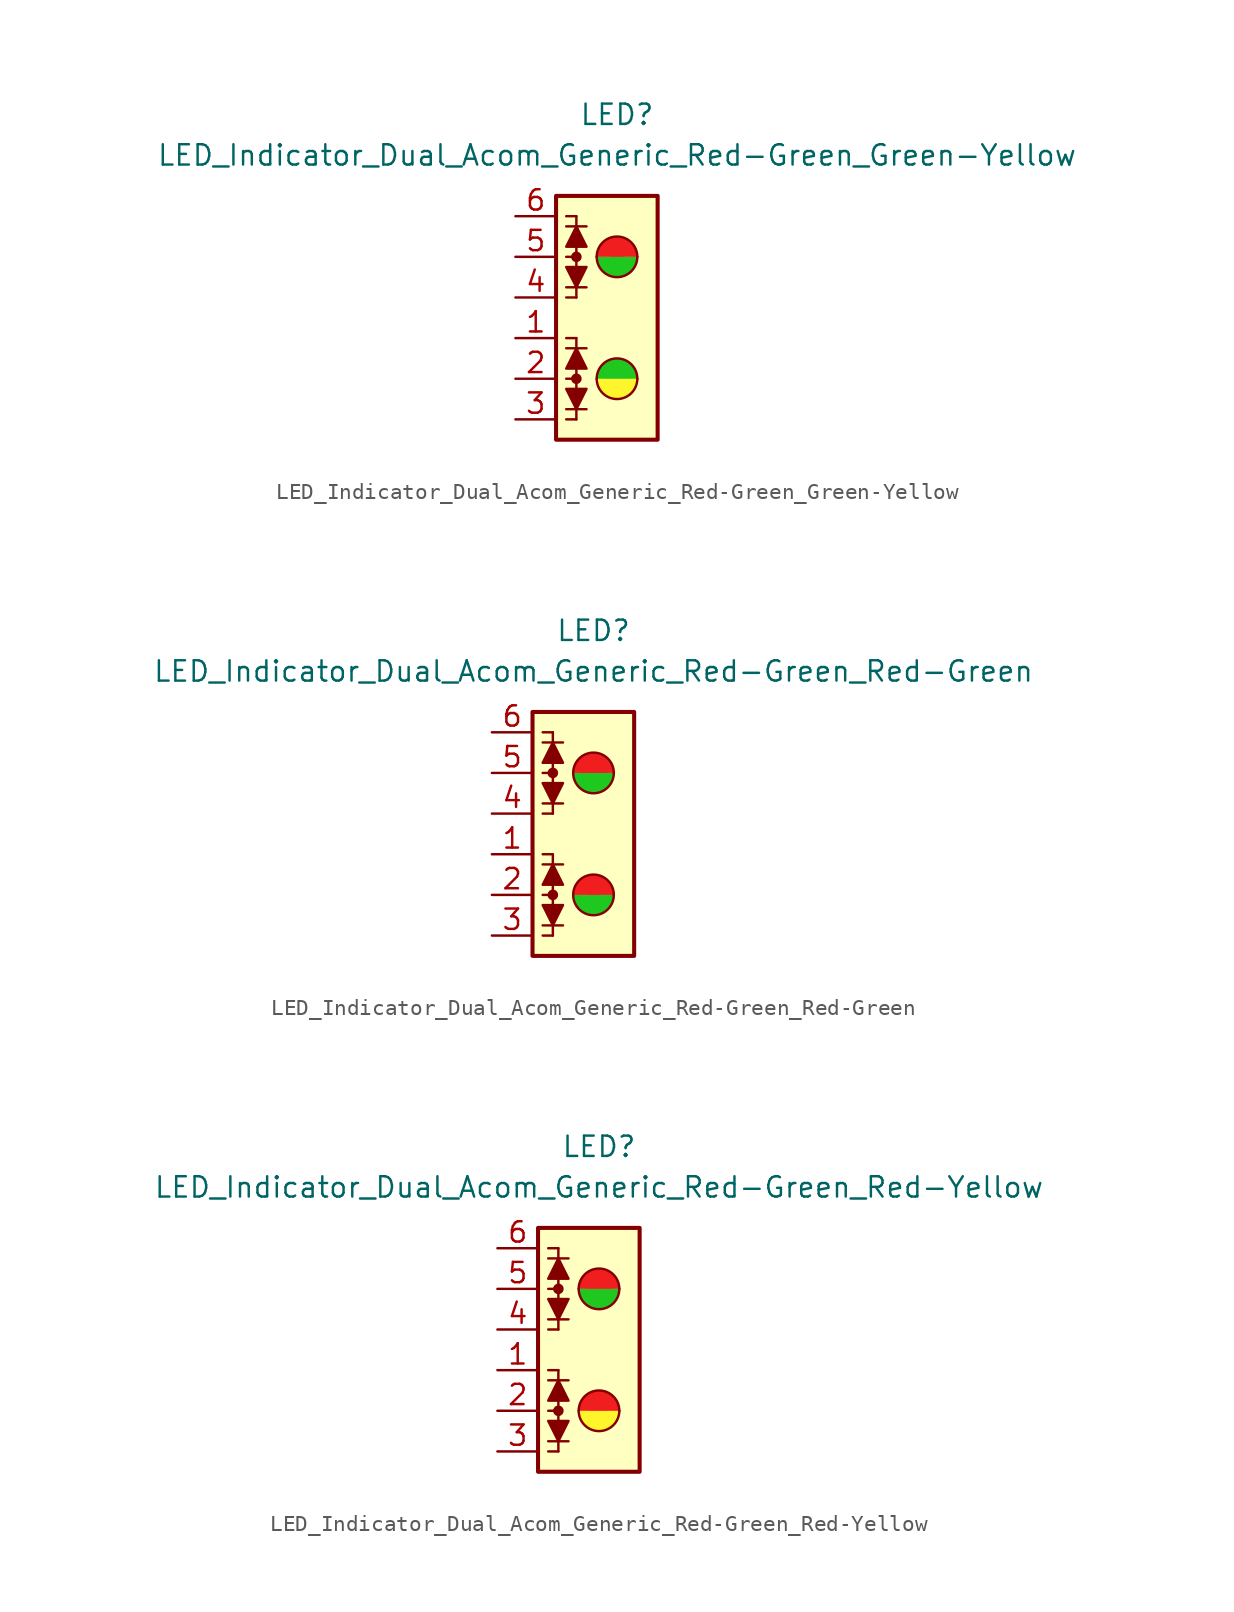
<source format=kicad_sym>
(kicad_symbol_lib
  (version 20231120)
  (generator "kicad_symbol_editor")
  (generator_version "8.0")
  (symbol "LED_Indicator_Dual_Acom_Generic_Red-Green_Green-Yellow"
    (pin_names
      (offset 1.016) hide)
    (property "Reference" "LED"
      (at 0 12.7 0)
      (effects (font (size 1.27 1.27))))
    (property "Value" "LED_Indicator_Dual_Acom_Generic_Red-Green_Green-Yellow"
      (at 0 10.16 0)
      (effects (font (size 1.27 1.27))))
    (symbol "LED_Indicator_Dual_Acom_Generic_Red-Green_Green-Yellow_0_1"
      (rectangle (start -3.81 7.62) (end 2.54 -7.62) (stroke (width 0.254) (type default)) (fill (type background)))
      (circle (center -2.54 -3.81) (radius 0.254) (stroke (width 0) (type default)) (fill (type outline)))
      (circle (center -2.54 3.81) (radius 0.254) (stroke (width 0) (type default)) (fill (type outline)))
      (arc (start -1.27 -3.81) (mid 0 -5.0745) (end 1.27 -3.81) (stroke (width 0) (type default)) (fill (type color) (color 255 245 45 1)))
      (arc (start -1.27 3.81) (mid 0 2.5455) (end 1.27 3.81) (stroke (width 0) (type default)) (fill (type color) (color 30 200 30 1)))
      (polyline (pts (xy -3.175 -5.715) (xy -1.905 -5.715)) (stroke (width 0) (type default)) (fill (type none)))
      (polyline (pts (xy -3.175 1.905) (xy -1.905 1.905)) (stroke (width 0) (type default)) (fill (type none)))
      (polyline (pts (xy -2.54 -6.35) (xy -3.175 -6.35)) (stroke (width 0) (type default)) (fill (type none)))
      (polyline (pts (xy -2.54 -6.35) (xy -2.54 -3.81)) (stroke (width 0) (type default)) (fill (type none)))
      (polyline (pts (xy -2.54 -3.81) (xy -3.175 -3.81)) (stroke (width 0) (type default)) (fill (type none)))
      (polyline (pts (xy -2.54 -1.27) (xy -3.175 -1.27)) (stroke (width 0) (type default)) (fill (type none)))
      (polyline (pts (xy -2.54 -1.27) (xy -2.54 -3.81)) (stroke (width 0) (type default)) (fill (type none)))
      (polyline (pts (xy -2.54 1.27) (xy -3.175 1.27)) (stroke (width 0) (type default)) (fill (type none)))
      (polyline (pts (xy -2.54 1.27) (xy -2.54 3.81)) (stroke (width 0) (type default)) (fill (type none)))
      (polyline (pts (xy -2.54 3.81) (xy -3.175 3.81)) (stroke (width 0) (type default)) (fill (type none)))
      (polyline (pts (xy -2.54 6.35) (xy -3.175 6.35)) (stroke (width 0) (type default)) (fill (type none)))
      (polyline (pts (xy -2.54 6.35) (xy -2.54 3.81)) (stroke (width 0) (type default)) (fill (type none)))
      (polyline (pts (xy -1.905 -1.905) (xy -3.175 -1.905)) (stroke (width 0) (type default)) (fill (type none)))
      (polyline (pts (xy -1.905 5.715) (xy -3.175 5.715)) (stroke (width 0) (type default)) (fill (type none)))
      (polyline (pts (xy -2.54 -5.715) (xy -3.175 -4.445) (xy -1.905 -4.445) (xy -2.54 -5.715)) (stroke (width 0) (type default)) (fill (type outline)))
      (polyline (pts (xy -2.54 -1.905) (xy -1.905 -3.175) (xy -3.175 -3.175) (xy -2.54 -1.905)) (stroke (width 0) (type default)) (fill (type outline)))
      (polyline (pts (xy -2.54 1.905) (xy -3.175 3.175) (xy -1.905 3.175) (xy -2.54 1.905)) (stroke (width 0) (type default)) (fill (type outline)))
      (polyline (pts (xy -2.54 5.715) (xy -1.905 4.445) (xy -3.175 4.445) (xy -2.54 5.715)) (stroke (width 0) (type default)) (fill (type outline)))
      (arc (start 1.27 -3.81) (mid 0 -2.5455) (end -1.27 -3.81) (stroke (width 0) (type default)) (fill (type color) (color 30 200 30 1)))
      (arc (start 1.27 3.81) (mid 0 5.0745) (end -1.27 3.81) (stroke (width 0) (type default)) (fill (type color) (color 240 30 30 1))))
    (symbol "LED_Indicator_Dual_Acom_Generic_Red-Green_Green-Yellow_1_1"
      (pin passive line (at -6.35 -1.27 0) (length 2.54) (name "K1" (effects (font (size 1.27 1.27)))) (number "1" (effects (font (size 1.27 1.27)))))
      (pin passive line (at -6.35 -3.81 0) (length 2.54) (name "A12" (effects (font (size 1.27 1.27)))) (number "2" (effects (font (size 1.27 1.27)))))
      (pin passive line (at -6.35 -6.35 0) (length 2.54) (name "K2" (effects (font (size 1.27 1.27)))) (number "3" (effects (font (size 1.27 1.27)))))
      (pin passive line (at -6.35 1.27 0) (length 2.54) (name "K4" (effects (font (size 1.27 1.27)))) (number "4" (effects (font (size 1.27 1.27)))))
      (pin passive line (at -6.35 3.81 0) (length 2.54) (name "A34" (effects (font (size 1.27 1.27)))) (number "5" (effects (font (size 1.27 1.27)))))
      (pin passive line (at -6.35 6.35 0) (length 2.54) (name "K3" (effects (font (size 1.27 1.27)))) (number "6" (effects (font (size 1.27 1.27)))))))
  (symbol "LED_Indicator_Dual_Acom_Generic_Red-Green_Red-Green"
    (pin_names
      (offset 1.016) hide)
    (property "Reference" "LED"
      (at 0 12.7 0)
      (effects (font (size 1.27 1.27))))
    (property "Value" "LED_Indicator_Dual_Acom_Generic_Red-Green_Red-Green"
      (at 0 10.16 0)
      (effects (font (size 1.27 1.27))))
    (symbol "LED_Indicator_Dual_Acom_Generic_Red-Green_Red-Green_0_1"
      (rectangle (start -3.81 7.62) (end 2.54 -7.62) (stroke (width 0.254) (type default)) (fill (type background)))
      (circle (center -2.54 -3.81) (radius 0.254) (stroke (width 0) (type default)) (fill (type outline)))
      (circle (center -2.54 3.81) (radius 0.254) (stroke (width 0) (type default)) (fill (type outline)))
      (arc (start -1.27 -3.81) (mid 0 -5.0745) (end 1.27 -3.81) (stroke (width 0) (type default)) (fill (type color) (color 30 200 30 1)))
      (arc (start -1.27 3.81) (mid 0 2.5455) (end 1.27 3.81) (stroke (width 0) (type default)) (fill (type color) (color 30 200 30 1)))
      (polyline (pts (xy -3.175 -5.715) (xy -1.905 -5.715)) (stroke (width 0) (type default)) (fill (type none)))
      (polyline (pts (xy -3.175 1.905) (xy -1.905 1.905)) (stroke (width 0) (type default)) (fill (type none)))
      (polyline (pts (xy -2.54 -6.35) (xy -3.175 -6.35)) (stroke (width 0) (type default)) (fill (type none)))
      (polyline (pts (xy -2.54 -6.35) (xy -2.54 -3.81)) (stroke (width 0) (type default)) (fill (type none)))
      (polyline (pts (xy -2.54 -3.81) (xy -3.175 -3.81)) (stroke (width 0) (type default)) (fill (type none)))
      (polyline (pts (xy -2.54 -1.27) (xy -3.175 -1.27)) (stroke (width 0) (type default)) (fill (type none)))
      (polyline (pts (xy -2.54 -1.27) (xy -2.54 -3.81)) (stroke (width 0) (type default)) (fill (type none)))
      (polyline (pts (xy -2.54 1.27) (xy -3.175 1.27)) (stroke (width 0) (type default)) (fill (type none)))
      (polyline (pts (xy -2.54 1.27) (xy -2.54 3.81)) (stroke (width 0) (type default)) (fill (type none)))
      (polyline (pts (xy -2.54 3.81) (xy -3.175 3.81)) (stroke (width 0) (type default)) (fill (type none)))
      (polyline (pts (xy -2.54 6.35) (xy -3.175 6.35)) (stroke (width 0) (type default)) (fill (type none)))
      (polyline (pts (xy -2.54 6.35) (xy -2.54 3.81)) (stroke (width 0) (type default)) (fill (type none)))
      (polyline (pts (xy -1.905 -1.905) (xy -3.175 -1.905)) (stroke (width 0) (type default)) (fill (type none)))
      (polyline (pts (xy -1.905 5.715) (xy -3.175 5.715)) (stroke (width 0) (type default)) (fill (type none)))
      (polyline (pts (xy -2.54 -5.715) (xy -3.175 -4.445) (xy -1.905 -4.445) (xy -2.54 -5.715)) (stroke (width 0) (type default)) (fill (type outline)))
      (polyline (pts (xy -2.54 -1.905) (xy -1.905 -3.175) (xy -3.175 -3.175) (xy -2.54 -1.905)) (stroke (width 0) (type default)) (fill (type outline)))
      (polyline (pts (xy -2.54 1.905) (xy -3.175 3.175) (xy -1.905 3.175) (xy -2.54 1.905)) (stroke (width 0) (type default)) (fill (type outline)))
      (polyline (pts (xy -2.54 5.715) (xy -1.905 4.445) (xy -3.175 4.445) (xy -2.54 5.715)) (stroke (width 0) (type default)) (fill (type outline)))
      (arc (start 1.27 -3.81) (mid 0 -2.5455) (end -1.27 -3.81) (stroke (width 0) (type default)) (fill (type color) (color 240 30 30 1)))
      (arc (start 1.27 3.81) (mid 0 5.0745) (end -1.27 3.81) (stroke (width 0) (type default)) (fill (type color) (color 240 30 30 1))))
    (symbol "LED_Indicator_Dual_Acom_Generic_Red-Green_Red-Green_1_1"
      (pin passive line (at -6.35 -1.27 0) (length 2.54) (name "K1" (effects (font (size 1.27 1.27)))) (number "1" (effects (font (size 1.27 1.27)))))
      (pin passive line (at -6.35 -3.81 0) (length 2.54) (name "A12" (effects (font (size 1.27 1.27)))) (number "2" (effects (font (size 1.27 1.27)))))
      (pin passive line (at -6.35 -6.35 0) (length 2.54) (name "K2" (effects (font (size 1.27 1.27)))) (number "3" (effects (font (size 1.27 1.27)))))
      (pin passive line (at -6.35 1.27 0) (length 2.54) (name "K4" (effects (font (size 1.27 1.27)))) (number "4" (effects (font (size 1.27 1.27)))))
      (pin passive line (at -6.35 3.81 0) (length 2.54) (name "A34" (effects (font (size 1.27 1.27)))) (number "5" (effects (font (size 1.27 1.27)))))
      (pin passive line (at -6.35 6.35 0) (length 2.54) (name "K3" (effects (font (size 1.27 1.27)))) (number "6" (effects (font (size 1.27 1.27)))))))
  (symbol "LED_Indicator_Dual_Acom_Generic_Red-Green_Red-Yellow"
    (pin_names
      (offset 1.016) hide)
    (property "Reference" "LED"
      (at 0 12.7 0)
      (effects (font (size 1.27 1.27))))
    (property "Value" "LED_Indicator_Dual_Acom_Generic_Red-Green_Red-Yellow"
      (at 0 10.16 0)
      (effects (font (size 1.27 1.27))))
    (symbol "LED_Indicator_Dual_Acom_Generic_Red-Green_Red-Yellow_0_1"
      (rectangle (start -3.81 7.62) (end 2.54 -7.62) (stroke (width 0.254) (type default)) (fill (type background)))
      (circle (center -2.54 -3.81) (radius 0.254) (stroke (width 0) (type default)) (fill (type outline)))
      (circle (center -2.54 3.81) (radius 0.254) (stroke (width 0) (type default)) (fill (type outline)))
      (arc (start -1.27 -3.81) (mid 0 -5.0745) (end 1.27 -3.81) (stroke (width 0) (type default)) (fill (type color) (color 255 245 45 1)))
      (arc (start -1.27 3.81) (mid 0 2.5455) (end 1.27 3.81) (stroke (width 0) (type default)) (fill (type color) (color 30 200 30 1)))
      (polyline (pts (xy -3.175 -5.715) (xy -1.905 -5.715)) (stroke (width 0) (type default)) (fill (type none)))
      (polyline (pts (xy -3.175 1.905) (xy -1.905 1.905)) (stroke (width 0) (type default)) (fill (type none)))
      (polyline (pts (xy -2.54 -6.35) (xy -3.175 -6.35)) (stroke (width 0) (type default)) (fill (type none)))
      (polyline (pts (xy -2.54 -6.35) (xy -2.54 -3.81)) (stroke (width 0) (type default)) (fill (type none)))
      (polyline (pts (xy -2.54 -3.81) (xy -3.175 -3.81)) (stroke (width 0) (type default)) (fill (type none)))
      (polyline (pts (xy -2.54 -1.27) (xy -3.175 -1.27)) (stroke (width 0) (type default)) (fill (type none)))
      (polyline (pts (xy -2.54 -1.27) (xy -2.54 -3.81)) (stroke (width 0) (type default)) (fill (type none)))
      (polyline (pts (xy -2.54 1.27) (xy -3.175 1.27)) (stroke (width 0) (type default)) (fill (type none)))
      (polyline (pts (xy -2.54 1.27) (xy -2.54 3.81)) (stroke (width 0) (type default)) (fill (type none)))
      (polyline (pts (xy -2.54 3.81) (xy -3.175 3.81)) (stroke (width 0) (type default)) (fill (type none)))
      (polyline (pts (xy -2.54 6.35) (xy -3.175 6.35)) (stroke (width 0) (type default)) (fill (type none)))
      (polyline (pts (xy -2.54 6.35) (xy -2.54 3.81)) (stroke (width 0) (type default)) (fill (type none)))
      (polyline (pts (xy -1.905 -1.905) (xy -3.175 -1.905)) (stroke (width 0) (type default)) (fill (type none)))
      (polyline (pts (xy -1.905 5.715) (xy -3.175 5.715)) (stroke (width 0) (type default)) (fill (type none)))
      (polyline (pts (xy -2.54 -5.715) (xy -3.175 -4.445) (xy -1.905 -4.445) (xy -2.54 -5.715)) (stroke (width 0) (type default)) (fill (type outline)))
      (polyline (pts (xy -2.54 -1.905) (xy -1.905 -3.175) (xy -3.175 -3.175) (xy -2.54 -1.905)) (stroke (width 0) (type default)) (fill (type outline)))
      (polyline (pts (xy -2.54 1.905) (xy -3.175 3.175) (xy -1.905 3.175) (xy -2.54 1.905)) (stroke (width 0) (type default)) (fill (type outline)))
      (polyline (pts (xy -2.54 5.715) (xy -1.905 4.445) (xy -3.175 4.445) (xy -2.54 5.715)) (stroke (width 0) (type default)) (fill (type outline)))
      (arc (start 1.27 -3.81) (mid 0 -2.5455) (end -1.27 -3.81) (stroke (width 0) (type default)) (fill (type color) (color 240 30 30 1)))
      (arc (start 1.27 3.81) (mid 0 5.0745) (end -1.27 3.81) (stroke (width 0) (type default)) (fill (type color) (color 240 30 30 1))))
    (symbol "LED_Indicator_Dual_Acom_Generic_Red-Green_Red-Yellow_1_1"
      (pin passive line (at -6.35 -1.27 0) (length 2.54) (name "K1" (effects (font (size 1.27 1.27)))) (number "1" (effects (font (size 1.27 1.27)))))
      (pin passive line (at -6.35 -3.81 0) (length 2.54) (name "A12" (effects (font (size 1.27 1.27)))) (number "2" (effects (font (size 1.27 1.27)))))
      (pin passive line (at -6.35 -6.35 0) (length 2.54) (name "K2" (effects (font (size 1.27 1.27)))) (number "3" (effects (font (size 1.27 1.27)))))
      (pin passive line (at -6.35 1.27 0) (length 2.54) (name "K4" (effects (font (size 1.27 1.27)))) (number "4" (effects (font (size 1.27 1.27)))))
      (pin passive line (at -6.35 3.81 0) (length 2.54) (name "A34" (effects (font (size 1.27 1.27)))) (number "5" (effects (font (size 1.27 1.27)))))
      (pin passive line (at -6.35 6.35 0) (length 2.54) (name "K3" (effects (font (size 1.27 1.27)))) (number "6" (effects (font (size 1.27 1.27))))))))
</source>
